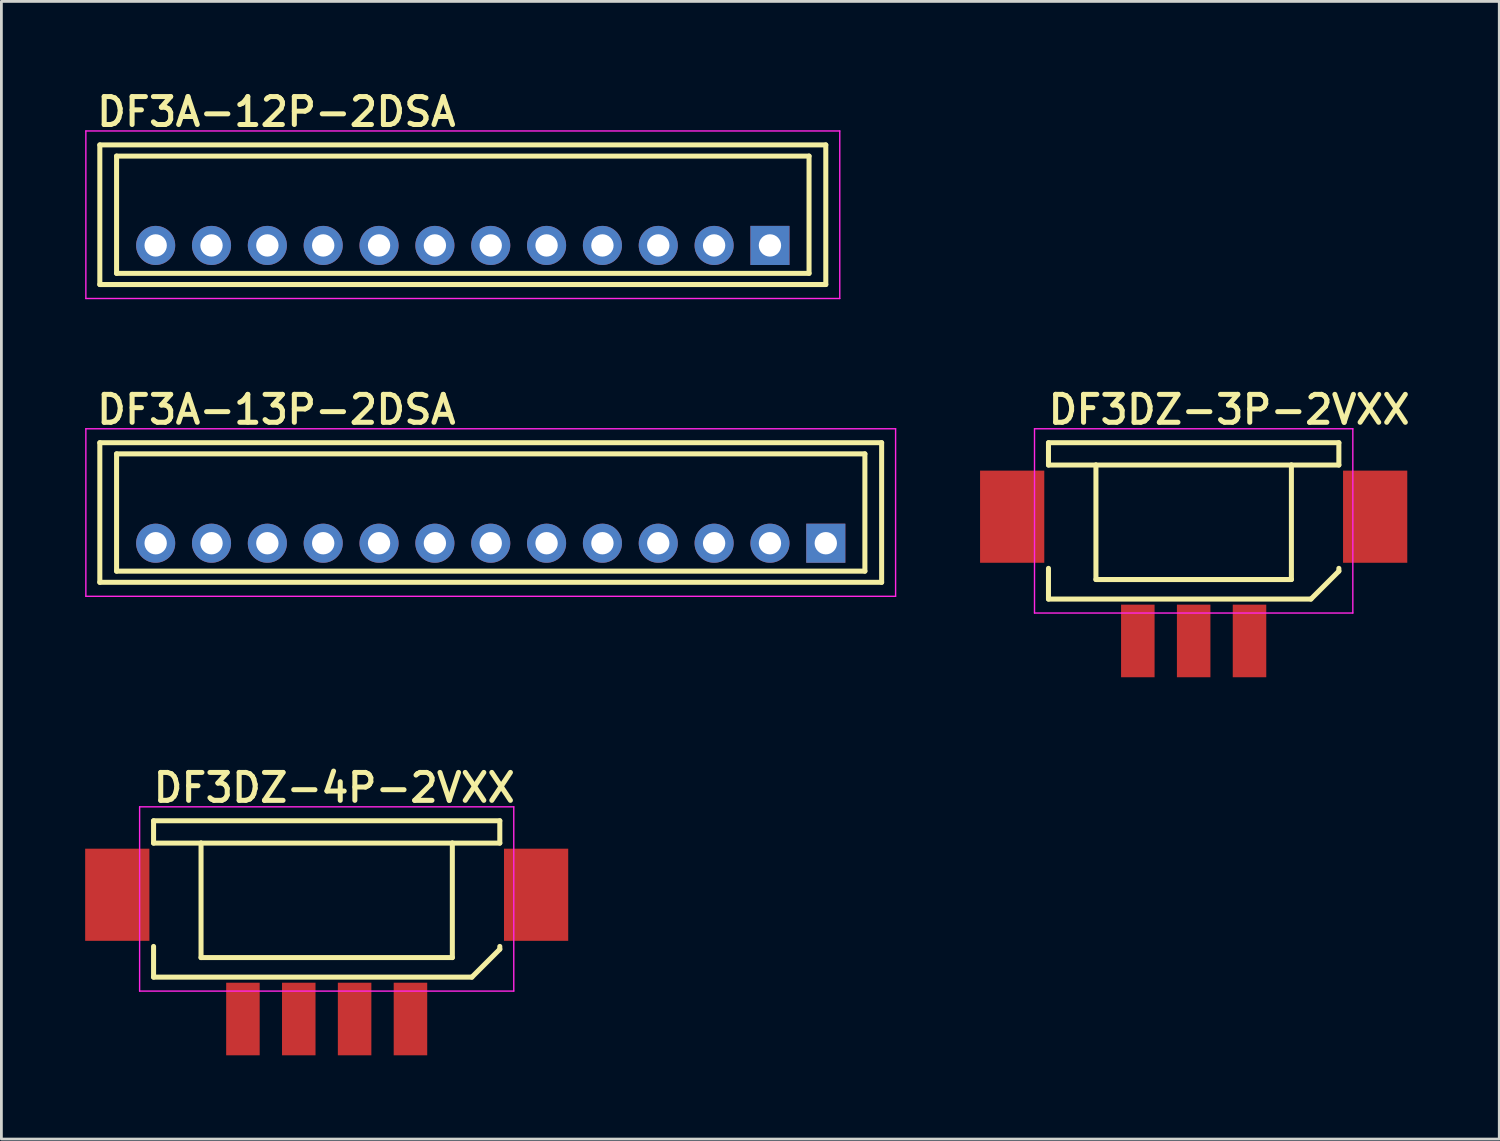
<source format=kicad_pcb>
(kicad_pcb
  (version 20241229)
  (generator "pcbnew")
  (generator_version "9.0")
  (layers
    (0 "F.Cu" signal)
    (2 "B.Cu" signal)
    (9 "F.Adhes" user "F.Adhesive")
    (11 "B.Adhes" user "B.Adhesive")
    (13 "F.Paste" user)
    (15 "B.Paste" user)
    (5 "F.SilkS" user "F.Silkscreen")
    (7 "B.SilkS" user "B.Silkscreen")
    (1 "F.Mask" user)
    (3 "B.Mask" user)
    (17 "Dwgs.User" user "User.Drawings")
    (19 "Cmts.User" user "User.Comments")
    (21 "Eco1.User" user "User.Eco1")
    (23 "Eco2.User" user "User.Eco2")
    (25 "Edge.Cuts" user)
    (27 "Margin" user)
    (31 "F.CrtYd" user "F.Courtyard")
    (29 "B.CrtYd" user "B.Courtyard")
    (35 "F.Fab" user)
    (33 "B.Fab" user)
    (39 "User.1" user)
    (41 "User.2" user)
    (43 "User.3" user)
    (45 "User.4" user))
  (footprint "DF3A-12P-2DSA"
    (layer "F.Cu")
    (at 13.525 5.74)
    (property "Reference" "DF3A-12P-2DSA" (at -13.2 -4.2 0) (layer "F.SilkS") (effects (font (size 1 1) (thickness 0.18)) (justify left bottom)))
    (attr through_hole)
    (fp_line (start -13 -3.6) (end 13 -3.6) (stroke (width 0.18) (type solid)) (layer "F.SilkS"))
    (fp_line (start -13 1.4) (end -13 -3.6) (stroke (width 0.18) (type solid)) (layer "F.SilkS"))
    (fp_line (start -12.4 -3.2) (end -12.4 1) (stroke (width 0.18) (type solid)) (layer "F.SilkS"))
    (fp_line (start -12.4 -3.2) (end 12.4 -3.2) (stroke (width 0.18) (type solid)) (layer "F.SilkS"))
    (fp_line (start -12.4 1) (end 12.4 1) (stroke (width 0.18) (type solid)) (layer "F.SilkS"))
    (fp_line (start 12.4 -3.2) (end 12.4 1) (stroke (width 0.18) (type solid)) (layer "F.SilkS"))
    (fp_line (start 13 -3.6) (end 13 1.4) (stroke (width 0.18) (type solid)) (layer "F.SilkS"))
    (fp_line (start 13 1.4) (end -13 1.4) (stroke (width 0.18) (type solid)) (layer "F.SilkS"))
    (fp_line (start -13.5 -4.1) (end 13.5 -4.1) (stroke (width 0.05) (type solid)) (layer "F.CrtYd"))
    (fp_line (start -13.5 1.9) (end -13.5 -4.1) (stroke (width 0.05) (type solid)) (layer "F.CrtYd"))
    (fp_line (start 13.5 -4.1) (end 13.5 1.9) (stroke (width 0.05) (type solid)) (layer "F.CrtYd"))
    (fp_line (start 13.5 1.9) (end -13.5 1.9) (stroke (width 0.05) (type solid)) (layer "F.CrtYd"))
    (pad "1" thru_hole rect (at 11 0) (size 1.4 1.4) (drill 0.8) (layers "*.Cu" "*.Mask"))
    (pad "2" thru_hole circle (at 9 0) (size 1.4 1.4) (drill 0.8) (layers "*.Cu" "*.Mask"))
    (pad "3" thru_hole circle (at 7 0) (size 1.4 1.4) (drill 0.8) (layers "*.Cu" "*.Mask"))
    (pad "4" thru_hole circle (at 5 0) (size 1.4 1.4) (drill 0.8) (layers "*.Cu" "*.Mask"))
    (pad "5" thru_hole circle (at 3 0) (size 1.4 1.4) (drill 0.8) (layers "*.Cu" "*.Mask"))
    (pad "6" thru_hole circle (at 1 0) (size 1.4 1.4) (drill 0.8) (layers "*.Cu" "*.Mask"))
    (pad "7" thru_hole circle (at -1 0) (size 1.4 1.4) (drill 0.8) (layers "*.Cu" "*.Mask"))
    (pad "8" thru_hole circle (at -3 0) (size 1.4 1.4) (drill 0.8) (layers "*.Cu" "*.Mask"))
    (pad "9" thru_hole circle (at -5 0) (size 1.4 1.4) (drill 0.8) (layers "*.Cu" "*.Mask"))
    (pad "10" thru_hole circle (at -7 0) (size 1.4 1.4) (drill 0.8) (layers "*.Cu" "*.Mask"))
    (pad "11" thru_hole circle (at -9 0) (size 1.4 1.4) (drill 0.8) (layers "*.Cu" "*.Mask"))
    (pad "12" thru_hole circle (at -11 0) (size 1.4 1.4) (drill 0.8) (layers "*.Cu" "*.Mask")))
  (footprint "DF3A-13P-2DSA"
    (layer "F.Cu")
    (at 14.525 16.405)
    (property "Reference" "DF3A-13P-2DSA" (at -14.2 -4.2 0) (layer "F.SilkS") (effects (font (size 1 1) (thickness 0.18)) (justify left bottom)))
    (attr through_hole)
    (fp_line (start -14 -3.6) (end 14 -3.6) (stroke (width 0.18) (type solid)) (layer "F.SilkS"))
    (fp_line (start -14 1.4) (end -14 -3.6) (stroke (width 0.18) (type solid)) (layer "F.SilkS"))
    (fp_line (start -13.4 -3.2) (end -13.4 1) (stroke (width 0.18) (type solid)) (layer "F.SilkS"))
    (fp_line (start -13.4 -3.2) (end 13.4 -3.2) (stroke (width 0.18) (type solid)) (layer "F.SilkS"))
    (fp_line (start -13.4 1) (end 13.4 1) (stroke (width 0.18) (type solid)) (layer "F.SilkS"))
    (fp_line (start 13.4 -3.2) (end 13.4 1) (stroke (width 0.18) (type solid)) (layer "F.SilkS"))
    (fp_line (start 14 -3.6) (end 14 1.4) (stroke (width 0.18) (type solid)) (layer "F.SilkS"))
    (fp_line (start 14 1.4) (end -14 1.4) (stroke (width 0.18) (type solid)) (layer "F.SilkS"))
    (fp_line (start -14.5 -4.1) (end 14.5 -4.1) (stroke (width 0.05) (type solid)) (layer "F.CrtYd"))
    (fp_line (start -14.5 1.9) (end -14.5 -4.1) (stroke (width 0.05) (type solid)) (layer "F.CrtYd"))
    (fp_line (start 14.5 -4.1) (end 14.5 1.9) (stroke (width 0.05) (type solid)) (layer "F.CrtYd"))
    (fp_line (start 14.5 1.9) (end -14.5 1.9) (stroke (width 0.05) (type solid)) (layer "F.CrtYd"))
    (pad "1" thru_hole rect (at 12 0) (size 1.4 1.4) (drill 0.8) (layers "*.Cu" "*.Mask"))
    (pad "2" thru_hole circle (at 10 0) (size 1.4 1.4) (drill 0.8) (layers "*.Cu" "*.Mask"))
    (pad "3" thru_hole circle (at 8 0) (size 1.4 1.4) (drill 0.8) (layers "*.Cu" "*.Mask"))
    (pad "4" thru_hole circle (at 6 0) (size 1.4 1.4) (drill 0.8) (layers "*.Cu" "*.Mask"))
    (pad "5" thru_hole circle (at 4 0) (size 1.4 1.4) (drill 0.8) (layers "*.Cu" "*.Mask"))
    (pad "6" thru_hole circle (at 2 0) (size 1.4 1.4) (drill 0.8) (layers "*.Cu" "*.Mask"))
    (pad "7" thru_hole circle (at 0 0) (size 1.4 1.4) (drill 0.8) (layers "*.Cu" "*.Mask"))
    (pad "8" thru_hole circle (at -2 0) (size 1.4 1.4) (drill 0.8) (layers "*.Cu" "*.Mask"))
    (pad "9" thru_hole circle (at -4 0) (size 1.4 1.4) (drill 0.8) (layers "*.Cu" "*.Mask"))
    (pad "10" thru_hole circle (at -6 0) (size 1.4 1.4) (drill 0.8) (layers "*.Cu" "*.Mask"))
    (pad "11" thru_hole circle (at -8 0) (size 1.4 1.4) (drill 0.8) (layers "*.Cu" "*.Mask"))
    (pad "12" thru_hole circle (at -10 0) (size 1.4 1.4) (drill 0.8) (layers "*.Cu" "*.Mask"))
    (pad "13" thru_hole circle (at -12 0) (size 1.4 1.4) (drill 0.8) (layers "*.Cu" "*.Mask")))
  (footprint "DF3DZ-4P-2VXX"
    (layer "F.Cu")
    (at 8.65 33.445)
    (property "Reference" "DF3DZ-4P-2VXX" (at -6.3 -7.7 0) (layer "F.SilkS") (effects (font (size 1 1) (thickness 0.18)) (justify left bottom)))
    (attr through_hole)
    (fp_line (start -6.2 -7.1) (end -6.2 -6.3) (stroke (width 0.18) (type solid)) (layer "F.SilkS"))
    (fp_line (start -6.2 -7.1) (end 6.2 -7.1) (stroke (width 0.18) (type solid)) (layer "F.SilkS"))
    (fp_line (start -6.2 -1.5) (end -6.2 -2.6) (stroke (width 0.18) (type solid)) (layer "F.SilkS"))
    (fp_line (start -6.2 -1.5) (end 5.2 -1.5) (stroke (width 0.18) (type solid)) (layer "F.SilkS"))
    (fp_line (start -4.5 -6.3) (end -6.2 -6.3) (stroke (width 0.18) (type solid)) (layer "F.SilkS"))
    (fp_line (start -4.5 -6.3) (end -4.5 -2.2) (stroke (width 0.18) (type solid)) (layer "F.SilkS"))
    (fp_line (start -4.5 -6.3) (end 4.5 -6.3) (stroke (width 0.18) (type solid)) (layer "F.SilkS"))
    (fp_line (start -4.5 -2.2) (end 4.5 -2.2) (stroke (width 0.18) (type solid)) (layer "F.SilkS"))
    (fp_line (start 4.5 -6.3) (end 6.2 -6.3) (stroke (width 0.18) (type solid)) (layer "F.SilkS"))
    (fp_line (start 4.5 -2.2) (end 4.5 -6.3) (stroke (width 0.18) (type solid)) (layer "F.SilkS"))
    (fp_line (start 5.2 -1.5) (end 6.2 -2.5) (stroke (width 0.18) (type solid)) (layer "F.SilkS"))
    (fp_line (start 6.2 -7.1) (end 6.2 -6.3) (stroke (width 0.18) (type solid)) (layer "F.SilkS"))
    (fp_line (start 6.2 -2.5) (end 6.2 -2.6) (stroke (width 0.18) (type solid)) (layer "F.SilkS"))
    (fp_line (start -6.7 -7.6) (end 6.7 -7.6) (stroke (width 0.05) (type solid)) (layer "F.CrtYd"))
    (fp_line (start -6.7 -1) (end -6.7 -7.6) (stroke (width 0.05) (type solid)) (layer "F.CrtYd"))
    (fp_line (start 6.7 -7.6) (end 6.7 -1) (stroke (width 0.05) (type solid)) (layer "F.CrtYd"))
    (fp_line (start 6.7 -1) (end -6.7 -1) (stroke (width 0.05) (type solid)) (layer "F.CrtYd"))
    (pad "1" smd rect (at 3 0) (size 1.2 2.6) (layers "F.Cu" "F.Mask" "F.Paste"))
    (pad "2" smd rect (at 1 0) (size 1.2 2.6) (layers "F.Cu" "F.Mask" "F.Paste"))
    (pad "3" smd rect (at -1 0) (size 1.2 2.6) (layers "F.Cu" "F.Mask" "F.Paste"))
    (pad "4" smd rect (at -3 0) (size 1.2 2.6) (layers "F.Cu" "F.Mask" "F.Paste"))
    (pad "TAB" smd rect (at -7.5 -4.45) (size 2.3 3.3) (layers "F.Cu" "F.Mask" "F.Paste"))
    (pad "TAB" smd rect (at 7.5 -4.45) (size 2.3 3.3) (layers "F.Cu" "F.Mask" "F.Paste")))
  (footprint "DF3DZ-3P-2VXX"
    (layer "F.Cu")
    (at 39.7 19.905)
    (property "Reference" "DF3DZ-3P-2VXX" (at -5.3 -7.7 0) (layer "F.SilkS") (effects (font (size 1 1) (thickness 0.18)) (justify left bottom)))
    (attr through_hole)
    (fp_line (start -5.2 -7.1) (end -5.2 -6.3) (stroke (width 0.18) (type solid)) (layer "F.SilkS"))
    (fp_line (start -5.2 -7.1) (end 5.2 -7.1) (stroke (width 0.18) (type solid)) (layer "F.SilkS"))
    (fp_line (start -5.2 -1.5) (end -5.2 -2.6) (stroke (width 0.18) (type solid)) (layer "F.SilkS"))
    (fp_line (start -5.2 -1.5) (end 4.2 -1.5) (stroke (width 0.18) (type solid)) (layer "F.SilkS"))
    (fp_line (start -3.5 -6.3) (end -5.2 -6.3) (stroke (width 0.18) (type solid)) (layer "F.SilkS"))
    (fp_line (start -3.5 -6.3) (end -3.5 -2.2) (stroke (width 0.18) (type solid)) (layer "F.SilkS"))
    (fp_line (start -3.5 -6.3) (end 3.5 -6.3) (stroke (width 0.18) (type solid)) (layer "F.SilkS"))
    (fp_line (start -3.5 -2.2) (end 3.5 -2.2) (stroke (width 0.18) (type solid)) (layer "F.SilkS"))
    (fp_line (start 3.5 -6.3) (end 5.2 -6.3) (stroke (width 0.18) (type solid)) (layer "F.SilkS"))
    (fp_line (start 3.5 -2.2) (end 3.5 -6.3) (stroke (width 0.18) (type solid)) (layer "F.SilkS"))
    (fp_line (start 4.2 -1.5) (end 5.2 -2.5) (stroke (width 0.18) (type solid)) (layer "F.SilkS"))
    (fp_line (start 5.2 -7.1) (end 5.2 -6.3) (stroke (width 0.18) (type solid)) (layer "F.SilkS"))
    (fp_line (start 5.2 -2.5) (end 5.2 -2.6) (stroke (width 0.18) (type solid)) (layer "F.SilkS"))
    (fp_line (start -5.7 -7.6) (end 5.7 -7.6) (stroke (width 0.05) (type solid)) (layer "F.CrtYd"))
    (fp_line (start -5.7 -1) (end -5.7 -7.6) (stroke (width 0.05) (type solid)) (layer "F.CrtYd"))
    (fp_line (start 5.7 -7.6) (end 5.7 -1) (stroke (width 0.05) (type solid)) (layer "F.CrtYd"))
    (fp_line (start 5.7 -1) (end -5.7 -1) (stroke (width 0.05) (type solid)) (layer "F.CrtYd"))
    (pad "1" smd rect (at 2 0) (size 1.2 2.6) (layers "F.Cu" "F.Mask" "F.Paste"))
    (pad "2" smd rect (at 0 0) (size 1.2 2.6) (layers "F.Cu" "F.Mask" "F.Paste"))
    (pad "3" smd rect (at -2 0) (size 1.2 2.6) (layers "F.Cu" "F.Mask" "F.Paste"))
    (pad "TAB" smd rect (at -6.5 -4.45) (size 2.3 3.3) (layers "F.Cu" "F.Mask" "F.Paste"))
    (pad "TAB" smd rect (at 6.5 -4.45) (size 2.3 3.3) (layers "F.Cu" "F.Mask" "F.Paste")))
  (gr_rect
    (start -3 -3)
    (end 50.645 37.745)
    (stroke (width 0.1) (type default))
    (fill no)
    (layer "Edge.Cuts")))
</source>
